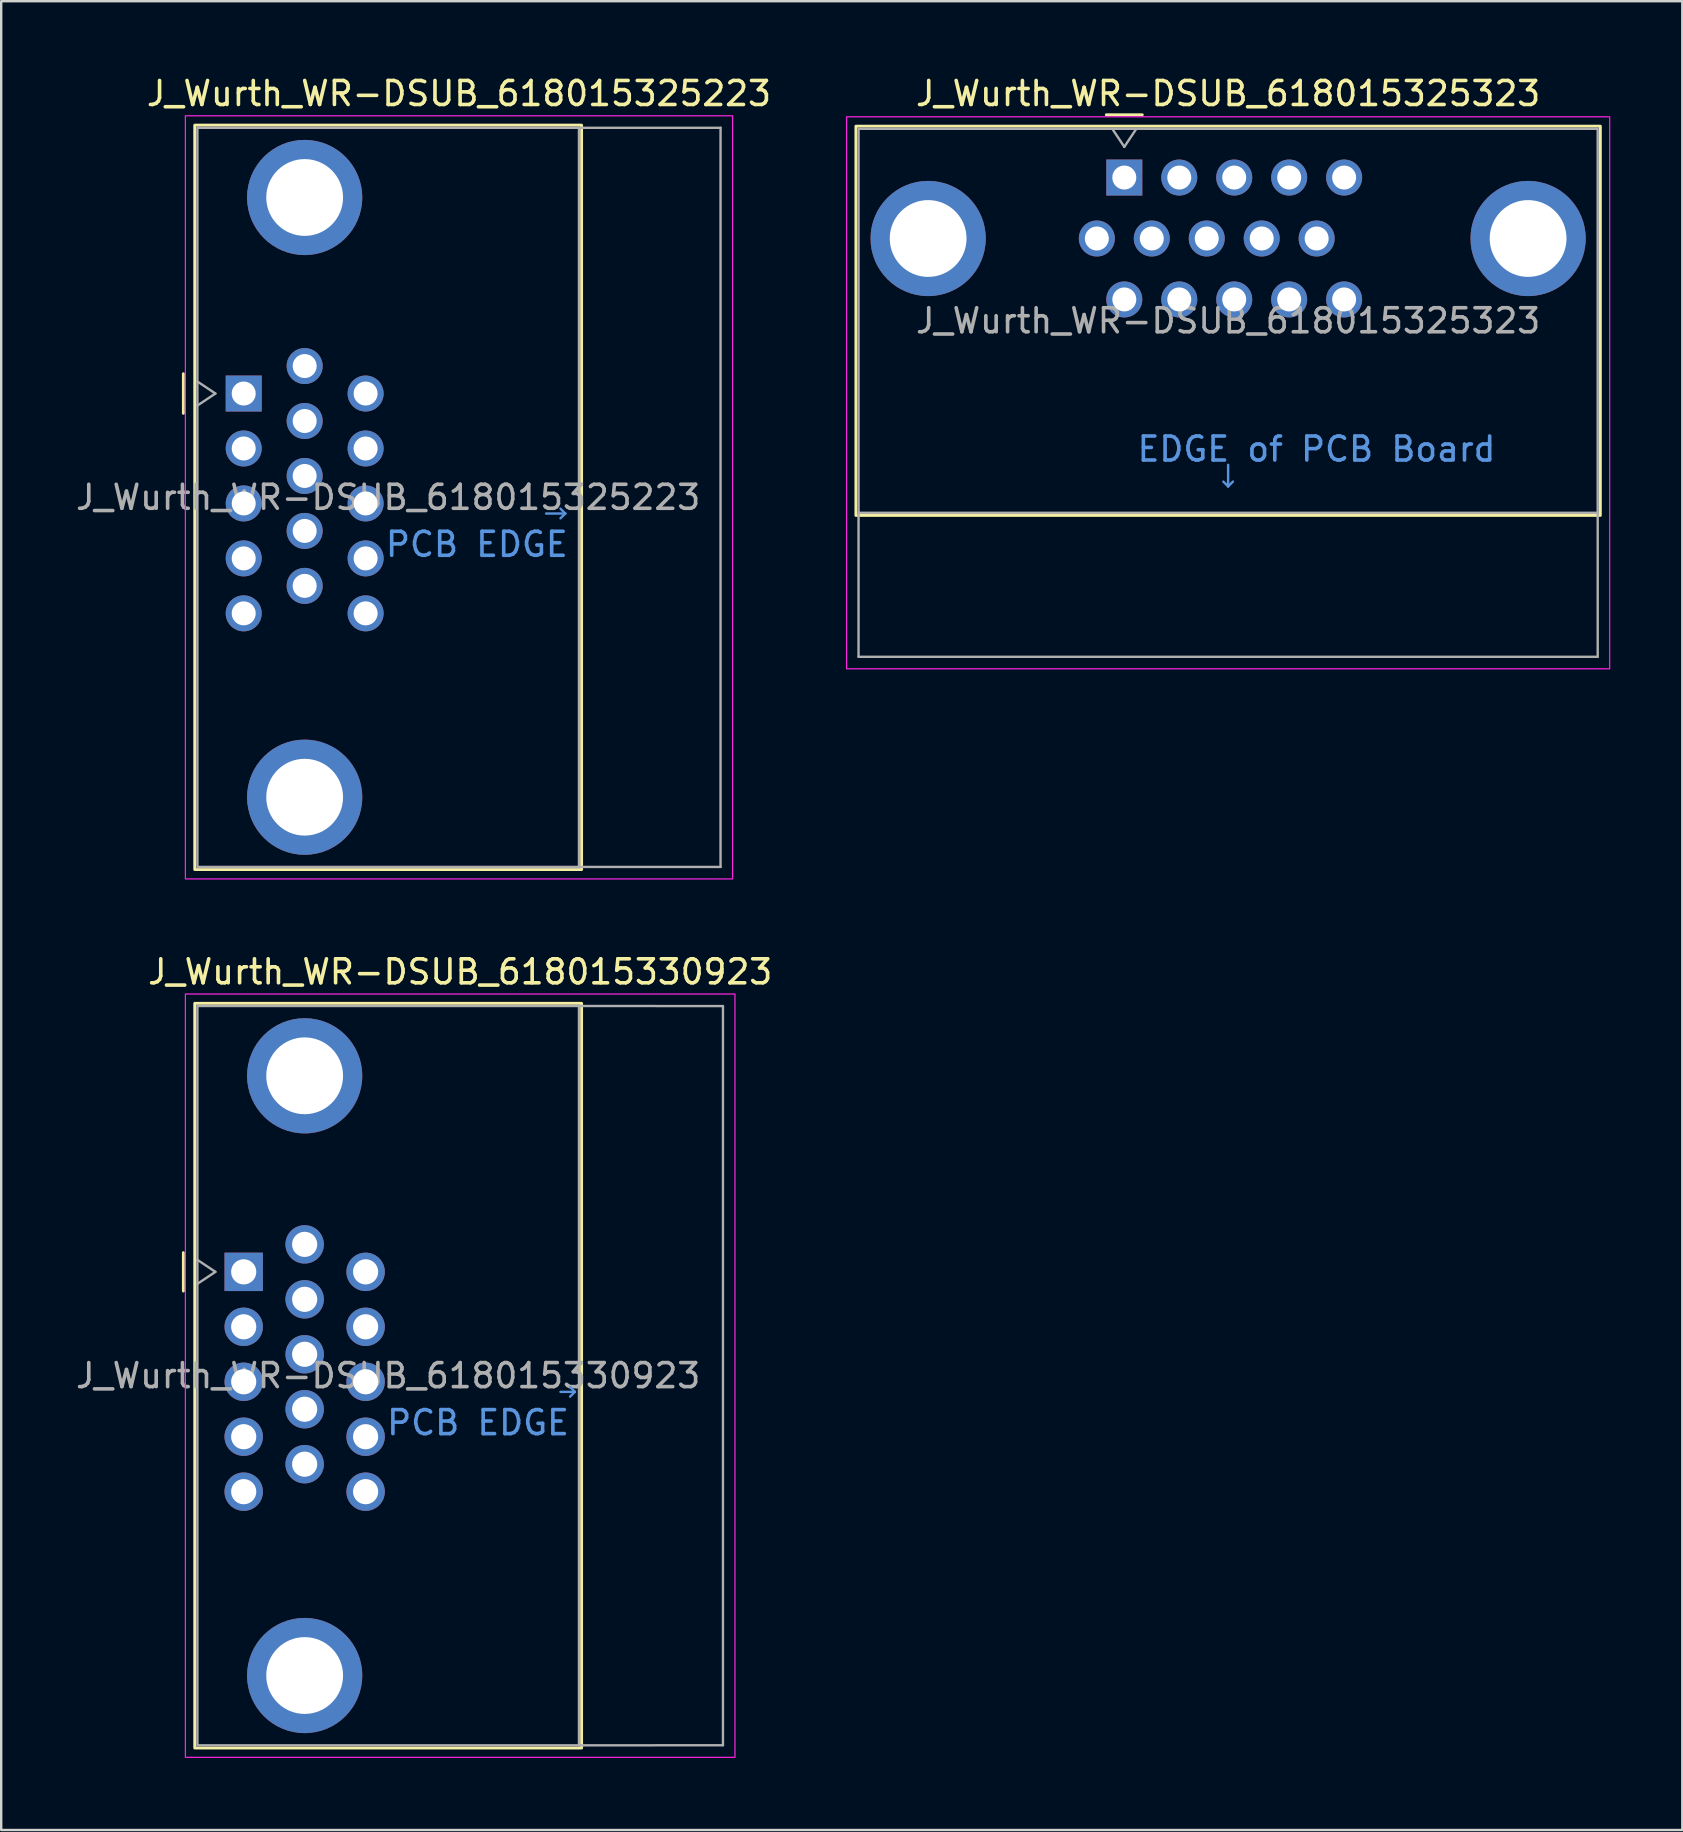
<source format=kicad_pcb>
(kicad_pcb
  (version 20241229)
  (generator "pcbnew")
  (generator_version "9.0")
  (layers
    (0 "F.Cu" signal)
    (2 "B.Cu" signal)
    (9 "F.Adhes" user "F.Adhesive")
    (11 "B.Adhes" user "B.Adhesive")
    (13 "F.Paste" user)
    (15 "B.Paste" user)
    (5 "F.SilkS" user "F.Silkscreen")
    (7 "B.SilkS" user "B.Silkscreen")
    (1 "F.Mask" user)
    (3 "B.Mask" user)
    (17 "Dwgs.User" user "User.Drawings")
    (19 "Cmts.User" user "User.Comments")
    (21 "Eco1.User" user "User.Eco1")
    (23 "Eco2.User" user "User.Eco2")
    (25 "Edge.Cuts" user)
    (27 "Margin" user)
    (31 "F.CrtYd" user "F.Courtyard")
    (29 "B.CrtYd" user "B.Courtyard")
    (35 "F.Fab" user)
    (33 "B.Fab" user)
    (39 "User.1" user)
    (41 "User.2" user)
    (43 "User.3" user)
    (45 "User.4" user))
  (footprint "J_Wurth_WR-DSUB_618015325323"
    (layer "F.Cu")
    (at 43.799 4.348)
    (property "Reference" "J_Wurth_WR-DSUB_618015325323" (at 4.326 -3.5 0) (unlocked yes) (layer "F.SilkS") (effects (font (size 1 1) (thickness 0.15))))
    (attr through_hole)
    (fp_line (start 0.75 -2.615) (end -0.75 -2.615) (stroke (width 0.12) (type solid)) (layer "F.SilkS"))
    (fp_rect (start -11.184 -2.14) (end 19.836 14.08) (stroke (width 0.12) (type solid)) (fill no) (layer "F.SilkS"))
    (fp_line (start 4.326 11.97) (end 4.326 12.87) (stroke (width 0.1) (type solid)) (layer "Cmts.User"))
    (fp_line (start 4.326 12.87) (end 4.126 12.67) (stroke (width 0.1) (type solid)) (layer "Cmts.User"))
    (fp_line (start 4.326 12.87) (end 4.526 12.67) (stroke (width 0.1) (type solid)) (layer "Cmts.User"))
    (fp_rect (start -11.574 -2.53) (end 20.226 20.47) (stroke (width 0.05) (type solid)) (fill no) (layer "F.CrtYd"))
    (fp_line (start -11.074 19.97) (end -11.074 13.97) (stroke (width 0.1) (type solid)) (layer "F.Fab"))
    (fp_line (start 0 -1.28) (end -0.5 -2.03) (stroke (width 0.1) (type solid)) (layer "F.Fab"))
    (fp_line (start 0 -1.28) (end 0.5 -2.03) (stroke (width 0.1) (type solid)) (layer "F.Fab"))
    (fp_line (start 19.726 13.97) (end 19.726 19.97) (stroke (width 0.1) (type solid)) (layer "F.Fab"))
    (fp_line (start 19.726 19.97) (end -11.074 19.97) (stroke (width 0.1) (type solid)) (layer "F.Fab"))
    (fp_rect (start -11.074 -2.03) (end 19.726 13.97) (stroke (width 0.1) (type solid)) (fill no) (layer "F.Fab"))
    (fp_text user " EDGE of PCB Board" (at -0.304 11.9 0) (unlocked yes) (layer "Cmts.User") (effects (font (size 1 1) (thickness 0.15)) (justify left bottom)))
    (fp_text user "${REFERENCE}" (at 4.326 5.97 0) (unlocked yes) (layer "F.Fab") (effects (font (size 1 1) (thickness 0.15))))
    (pad "1" thru_hole rect (at 0 0) (size 1.5 1.5) (drill 1) (layers "*.Cu" "*.Mask"))
    (pad "2" thru_hole circle (at 2.29 0) (size 1.5 1.5) (drill 1) (layers "*.Cu" "*.Mask"))
    (pad "3" thru_hole circle (at 4.58 0) (size 1.5 1.5) (drill 1) (layers "*.Cu" "*.Mask"))
    (pad "4" thru_hole circle (at 6.87 0) (size 1.5 1.5) (drill 1) (layers "*.Cu" "*.Mask"))
    (pad "5" thru_hole circle (at 9.16 0) (size 1.5 1.5) (drill 1) (layers "*.Cu" "*.Mask"))
    (pad "6" thru_hole circle (at -1.145 2.54) (size 1.5 1.5) (drill 1) (layers "*.Cu" "*.Mask"))
    (pad "7" thru_hole circle (at 1.145 2.54) (size 1.5 1.5) (drill 1) (layers "*.Cu" "*.Mask"))
    (pad "8" thru_hole circle (at 3.435 2.54) (size 1.5 1.5) (drill 1) (layers "*.Cu" "*.Mask"))
    (pad "9" thru_hole circle (at 5.725 2.54) (size 1.5 1.5) (drill 1) (layers "*.Cu" "*.Mask"))
    (pad "10" thru_hole circle (at 8.015 2.54) (size 1.5 1.5) (drill 1) (layers "*.Cu" "*.Mask"))
    (pad "11" thru_hole circle (at 0 5.08) (size 1.5 1.5) (drill 1) (layers "*.Cu" "*.Mask"))
    (pad "12" thru_hole circle (at 2.29 5.08) (size 1.5 1.5) (drill 1) (layers "*.Cu" "*.Mask"))
    (pad "13" thru_hole circle (at 4.58 5.08) (size 1.5 1.5) (drill 1) (layers "*.Cu" "*.Mask"))
    (pad "14" thru_hole circle (at 6.87 5.08) (size 1.5 1.5) (drill 1) (layers "*.Cu" "*.Mask"))
    (pad "15" thru_hole circle (at 9.16 5.08) (size 1.5 1.5) (drill 1) (layers "*.Cu" "*.Mask"))
    (pad "S1" thru_hole circle (at -8.174 2.54) (size 4.8 4.8) (drill 3.2) (layers "*.Cu" "*.Mask"))
    (pad "S2" thru_hole circle (at 16.826 2.54) (size 4.8 4.8) (drill 3.2) (layers "*.Cu" "*.Mask")))
  (footprint "J_Wurth_WR-DSUB_618015325223"
    (layer "F.Cu")
    (at 7.105 13.348)
    (property "Reference" "J_Wurth_WR-DSUB_618015325223" (at 8.97 -12.5 0) (unlocked yes) (layer "F.SilkS") (effects (font (size 1 1) (thickness 0.15))))
    (attr through_hole)
    (fp_line (start -2.515 -0.825) (end -2.515 0.825) (stroke (width 0.12) (type solid)) (layer "F.SilkS"))
    (fp_rect (start -2.04 -11.184) (end 14.08 19.836) (stroke (width 0.12) (type solid)) (fill no) (layer "F.SilkS"))
    (fp_line (start 12.6 5) (end 13.4 5) (stroke (width 0.1) (type solid)) (layer "Cmts.User"))
    (fp_line (start 13.4 5) (end 13.2 4.8) (stroke (width 0.1) (type solid)) (layer "Cmts.User"))
    (fp_line (start 13.4 5) (end 13.2 5.2) (stroke (width 0.1) (type solid)) (layer "Cmts.User"))
    (fp_rect (start -2.43 -11.574) (end 20.37 20.226) (stroke (width 0.05) (type solid)) (fill no) (layer "F.CrtYd"))
    (fp_line (start -1.18 0) (end -1.93 -0.5) (stroke (width 0.1) (type solid)) (layer "F.Fab"))
    (fp_line (start -1.18 0) (end -1.93 0.5) (stroke (width 0.1) (type solid)) (layer "F.Fab"))
    (fp_line (start 13.97 -11.074) (end 19.87 -11.074) (stroke (width 0.1) (type solid)) (layer "F.Fab"))
    (fp_line (start 19.87 -11.074) (end 19.87 19.726) (stroke (width 0.1) (type solid)) (layer "F.Fab"))
    (fp_line (start 19.87 19.726) (end 13.97 19.726) (stroke (width 0.1) (type solid)) (layer "F.Fab"))
    (fp_rect (start -1.93 -11.074) (end 13.97 19.726) (stroke (width 0.1) (type solid)) (fill no) (layer "F.Fab"))
    (fp_text user "PCB EDGE" (at 5.83 6.87 0) (unlocked yes) (layer "Cmts.User") (effects (font (size 1 1) (thickness 0.15)) (justify left bottom)))
    (fp_text user "${REFERENCE}" (at 6.02 4.326 0) (unlocked yes) (layer "F.Fab") (effects (font (size 1 1) (thickness 0.15))))
    (pad "1" thru_hole rect (at 0 0 90) (size 1.5 1.5) (drill 1) (layers "*.Cu" "*.Mask"))
    (pad "2" thru_hole circle (at 0 2.29 90) (size 1.5 1.5) (drill 1) (layers "*.Cu" "*.Mask"))
    (pad "3" thru_hole circle (at 0 4.58 90) (size 1.5 1.5) (drill 1) (layers "*.Cu" "*.Mask"))
    (pad "4" thru_hole circle (at 0 6.87 90) (size 1.5 1.5) (drill 1) (layers "*.Cu" "*.Mask"))
    (pad "5" thru_hole circle (at 0 9.16 90) (size 1.5 1.5) (drill 1) (layers "*.Cu" "*.Mask"))
    (pad "6" thru_hole circle (at 2.54 -1.145 90) (size 1.5 1.5) (drill 1) (layers "*.Cu" "*.Mask"))
    (pad "7" thru_hole circle (at 2.54 1.145 90) (size 1.5 1.5) (drill 1) (layers "*.Cu" "*.Mask"))
    (pad "8" thru_hole circle (at 2.54 3.435 90) (size 1.5 1.5) (drill 1) (layers "*.Cu" "*.Mask"))
    (pad "9" thru_hole circle (at 2.54 5.725 90) (size 1.5 1.5) (drill 1) (layers "*.Cu" "*.Mask"))
    (pad "10" thru_hole circle (at 2.54 8.015 90) (size 1.5 1.5) (drill 1) (layers "*.Cu" "*.Mask"))
    (pad "11" thru_hole circle (at 5.08 0 90) (size 1.5 1.5) (drill 1) (layers "*.Cu" "*.Mask"))
    (pad "12" thru_hole circle (at 5.08 2.29 90) (size 1.5 1.5) (drill 1) (layers "*.Cu" "*.Mask"))
    (pad "13" thru_hole circle (at 5.08 4.58 90) (size 1.5 1.5) (drill 1) (layers "*.Cu" "*.Mask"))
    (pad "14" thru_hole circle (at 5.08 6.87 90) (size 1.5 1.5) (drill 1) (layers "*.Cu" "*.Mask"))
    (pad "15" thru_hole circle (at 5.08 9.16 90) (size 1.5 1.5) (drill 1) (layers "*.Cu" "*.Mask"))
    (pad "S1" thru_hole circle (at 2.54 16.821 90) (size 4.8 4.8) (drill 3.2) (layers "*.Cu" "*.Mask"))
    (pad "S2" thru_hole circle (at 2.54 -8.169 90) (size 4.8 4.8) (drill 3.2) (layers "*.Cu" "*.Mask")))
  (footprint "J_Wurth_WR-DSUB_618015330923"
    (layer "F.Cu")
    (at 7.105 49.947)
    (property "Reference" "J_Wurth_WR-DSUB_618015330923" (at 9.02 -12.5 0) (unlocked yes) (layer "F.SilkS") (effects (font (size 1 1) (thickness 0.15))))
    (attr through_hole)
    (fp_line (start -2.515 -0.8) (end -2.515 0.8) (stroke (width 0.12) (type solid)) (layer "F.SilkS"))
    (fp_rect (start -2.04 -11.189) (end 14.08 19.841) (stroke (width 0.12) (type solid)) (fill no) (layer "F.SilkS"))
    (fp_line (start 13.2 5) (end 13.8 5) (stroke (width 0.1) (type solid)) (layer "Cmts.User"))
    (fp_line (start 13.8 5) (end 13.6 4.8) (stroke (width 0.1) (type solid)) (layer "Cmts.User"))
    (fp_line (start 13.8 5) (end 13.6 5.2) (stroke (width 0.1) (type solid)) (layer "Cmts.User"))
    (fp_rect (start -2.43 -11.579) (end 20.47 20.231) (stroke (width 0.05) (type solid)) (fill no) (layer "F.CrtYd"))
    (fp_line (start -1.18 0) (end -1.93 -0.5) (stroke (width 0.1) (type solid)) (layer "F.Fab"))
    (fp_line (start -1.18 0) (end -1.93 0.5) (stroke (width 0.1) (type solid)) (layer "F.Fab"))
    (fp_line (start 13.97 -11.079) (end 19.97 -11.074) (stroke (width 0.1) (type solid)) (layer "F.Fab"))
    (fp_line (start 19.97 -11.074) (end 19.97 19.726) (stroke (width 0.1) (type solid)) (layer "F.Fab"))
    (fp_line (start 19.97 19.726) (end 13.97 19.731) (stroke (width 0.1) (type solid)) (layer "F.Fab"))
    (fp_rect (start -1.93 -11.079) (end 13.97 19.731) (stroke (width 0.1) (type solid)) (fill no) (layer "F.Fab"))
    (fp_text user "PCB EDGE" (at 5.88 6.87 0) (unlocked yes) (layer "Cmts.User") (effects (font (size 1 1) (thickness 0.15)) (justify left bottom)))
    (fp_text user "${REFERENCE}" (at 6.02 4.326 0) (unlocked yes) (layer "F.Fab") (effects (font (size 1 1) (thickness 0.15))))
    (pad "1" thru_hole rect (at 0 0 90) (size 1.6 1.6) (drill 1.05) (layers "*.Cu" "*.Mask"))
    (pad "2" thru_hole circle (at 0 2.29 90) (size 1.6 1.6) (drill 1.05) (layers "*.Cu" "*.Mask"))
    (pad "3" thru_hole circle (at 0 4.58 90) (size 1.6 1.6) (drill 1.05) (layers "*.Cu" "*.Mask"))
    (pad "4" thru_hole circle (at 0 6.87 90) (size 1.6 1.6) (drill 1.05) (layers "*.Cu" "*.Mask"))
    (pad "5" thru_hole circle (at 0 9.16 90) (size 1.6 1.6) (drill 1.05) (layers "*.Cu" "*.Mask"))
    (pad "6" thru_hole circle (at 2.54 -1.145 90) (size 1.6 1.6) (drill 1.05) (layers "*.Cu" "*.Mask"))
    (pad "7" thru_hole circle (at 2.54 1.145 90) (size 1.6 1.6) (drill 1.05) (layers "*.Cu" "*.Mask"))
    (pad "8" thru_hole circle (at 2.54 3.435 90) (size 1.6 1.6) (drill 1.05) (layers "*.Cu" "*.Mask"))
    (pad "9" thru_hole circle (at 2.54 5.725 90) (size 1.6 1.6) (drill 1.05) (layers "*.Cu" "*.Mask"))
    (pad "10" thru_hole circle (at 2.54 8.015 90) (size 1.6 1.6) (drill 1.05) (layers "*.Cu" "*.Mask"))
    (pad "11" thru_hole circle (at 5.08 0 90) (size 1.6 1.6) (drill 1.05) (layers "*.Cu" "*.Mask"))
    (pad "12" thru_hole circle (at 5.08 2.29 90) (size 1.6 1.6) (drill 1.05) (layers "*.Cu" "*.Mask"))
    (pad "13" thru_hole circle (at 5.08 4.58 90) (size 1.6 1.6) (drill 1.05) (layers "*.Cu" "*.Mask"))
    (pad "14" thru_hole circle (at 5.08 6.87 90) (size 1.6 1.6) (drill 1.05) (layers "*.Cu" "*.Mask"))
    (pad "15" thru_hole circle (at 5.08 9.16 90) (size 1.6 1.6) (drill 1.05) (layers "*.Cu" "*.Mask"))
    (pad "S1" thru_hole circle (at 2.54 16.821 90) (size 4.8 4.8) (drill 3.2) (layers "*.Cu" "*.Mask"))
    (pad "S2" thru_hole circle (at 2.54 -8.169 90) (size 4.8 4.8) (drill 3.2) (layers "*.Cu" "*.Mask")))
  (gr_rect
    (start -3 -3)
    (end 67.05 73.204)
    (stroke (width 0.1) (type default))
    (fill no)
    (layer "Edge.Cuts")))
</source>
